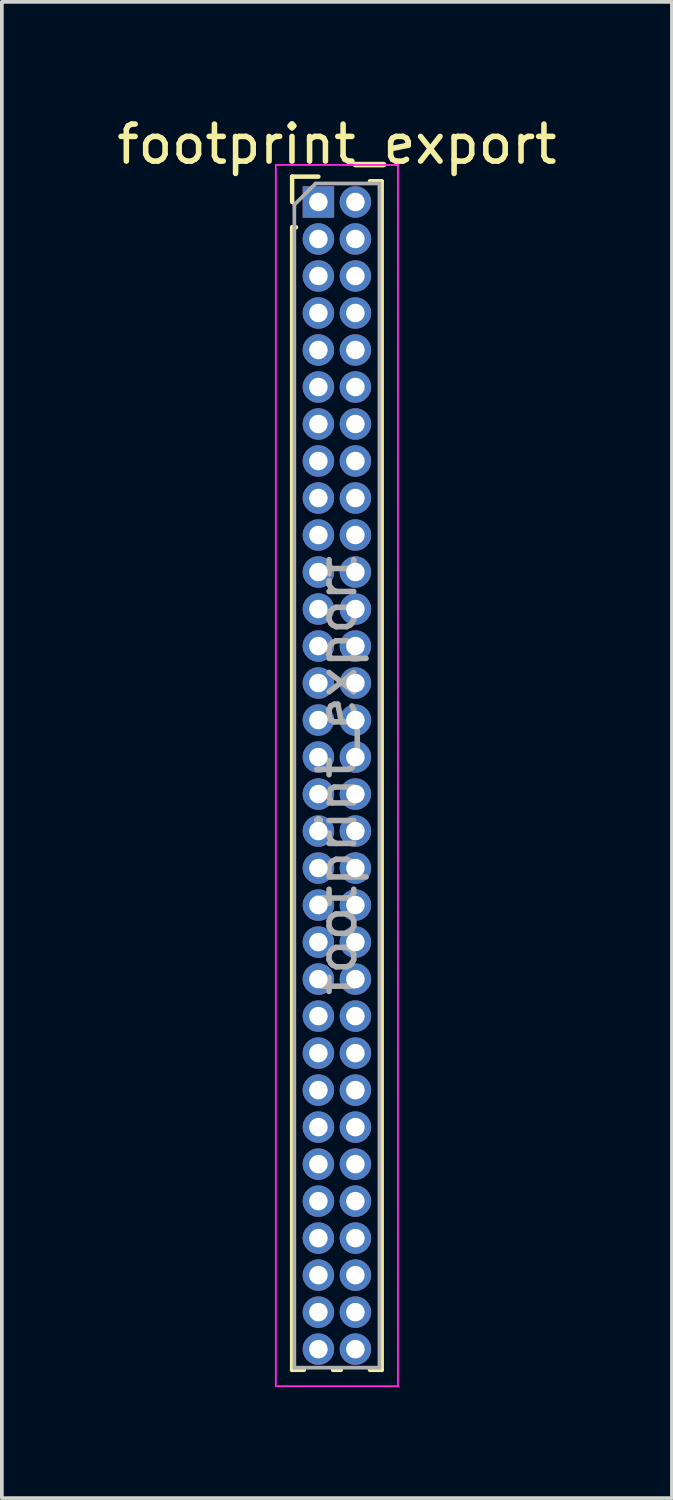
<source format=kicad_pcb>
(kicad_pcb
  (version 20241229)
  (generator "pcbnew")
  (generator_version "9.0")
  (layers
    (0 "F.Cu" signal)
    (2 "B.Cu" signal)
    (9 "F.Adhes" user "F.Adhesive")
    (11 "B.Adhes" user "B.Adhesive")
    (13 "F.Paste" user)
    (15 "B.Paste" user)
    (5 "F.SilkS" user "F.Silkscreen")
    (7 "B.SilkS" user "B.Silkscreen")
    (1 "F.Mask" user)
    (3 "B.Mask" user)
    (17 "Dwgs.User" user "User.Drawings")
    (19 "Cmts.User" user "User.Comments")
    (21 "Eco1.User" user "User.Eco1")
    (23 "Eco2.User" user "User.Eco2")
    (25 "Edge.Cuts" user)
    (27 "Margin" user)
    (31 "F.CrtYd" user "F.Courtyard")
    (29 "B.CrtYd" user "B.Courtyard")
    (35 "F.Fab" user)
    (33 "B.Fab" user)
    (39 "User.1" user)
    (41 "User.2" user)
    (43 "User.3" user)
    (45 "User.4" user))
  (footprint "footprint_export"
    (layer "F.Cu")
    (at 5.554 2.408)
    (property "Reference" "footprint_export" (at 0.5 -1.56 0) (layer "F.SilkS") (effects (font (size 1 1) (thickness 0.15))))
    (attr through_hole)
    (fp_line (start -0.71 -0.685) (end 0 -0.685) (stroke (width 0.12) (type solid)) (layer "F.SilkS"))
    (fp_line (start -0.71 0) (end -0.71 -0.685) (stroke (width 0.12) (type solid)) (layer "F.SilkS"))
    (fp_line (start -0.71 0.685) (end -0.71 31.56) (stroke (width 0.12) (type solid)) (layer "F.SilkS"))
    (fp_line (start -0.71 0.685) (end -0.608 0.685) (stroke (width 0.12) (type solid)) (layer "F.SilkS"))
    (fp_line (start -0.71 31.56) (end -0.394 31.56) (stroke (width 0.12) (type solid)) (layer "F.SilkS"))
    (fp_line (start 0.394 31.56) (end 0.606 31.56) (stroke (width 0.12) (type solid)) (layer "F.SilkS"))
    (fp_line (start 1.394 -0.56) (end 1.71 -0.56) (stroke (width 0.12) (type solid)) (layer "F.SilkS"))
    (fp_line (start 1.394 31.56) (end 1.71 31.56) (stroke (width 0.12) (type solid)) (layer "F.SilkS"))
    (fp_line (start 1.71 -0.56) (end 1.71 31.56) (stroke (width 0.12) (type solid)) (layer "F.SilkS"))
    (fp_line (start -1.15 -1) (end -1.15 32) (stroke (width 0.05) (type solid)) (layer "F.CrtYd"))
    (fp_line (start -1.15 32) (end 2.15 32) (stroke (width 0.05) (type solid)) (layer "F.CrtYd"))
    (fp_line (start 2.15 -1) (end -1.15 -1) (stroke (width 0.05) (type solid)) (layer "F.CrtYd"))
    (fp_line (start 2.15 32) (end 2.15 -1) (stroke (width 0.05) (type solid)) (layer "F.CrtYd"))
    (fp_line (start -0.65 0.075) (end -0.075 -0.5) (stroke (width 0.1) (type solid)) (layer "F.Fab"))
    (fp_line (start -0.65 31.5) (end -0.65 0.075) (stroke (width 0.1) (type solid)) (layer "F.Fab"))
    (fp_line (start -0.075 -0.5) (end 1.65 -0.5) (stroke (width 0.1) (type solid)) (layer "F.Fab"))
    (fp_line (start 1.65 -0.5) (end 1.65 31.5) (stroke (width 0.1) (type solid)) (layer "F.Fab"))
    (fp_line (start 1.65 31.5) (end -0.65 31.5) (stroke (width 0.1) (type solid)) (layer "F.Fab"))
    (fp_text user "${REFERENCE}" (at 0.5 15.5 90) (layer "F.Fab") (effects (font (size 1 1) (thickness 0.15))))
    (pad "1" thru_hole rect (at 0 0) (size 0.85 0.85) (drill 0.5) (layers "*.Cu" "*.Mask"))
    (pad "2" thru_hole oval (at 1 0) (size 0.85 0.85) (drill 0.5) (layers "*.Cu" "*.Mask"))
    (pad "3" thru_hole oval (at 0 1) (size 0.85 0.85) (drill 0.5) (layers "*.Cu" "*.Mask"))
    (pad "4" thru_hole oval (at 1 1) (size 0.85 0.85) (drill 0.5) (layers "*.Cu" "*.Mask"))
    (pad "5" thru_hole oval (at 0 2) (size 0.85 0.85) (drill 0.5) (layers "*.Cu" "*.Mask"))
    (pad "6" thru_hole oval (at 1 2) (size 0.85 0.85) (drill 0.5) (layers "*.Cu" "*.Mask"))
    (pad "7" thru_hole oval (at 0 3) (size 0.85 0.85) (drill 0.5) (layers "*.Cu" "*.Mask"))
    (pad "8" thru_hole oval (at 1 3) (size 0.85 0.85) (drill 0.5) (layers "*.Cu" "*.Mask"))
    (pad "9" thru_hole oval (at 0 4) (size 0.85 0.85) (drill 0.5) (layers "*.Cu" "*.Mask"))
    (pad "10" thru_hole oval (at 1 4) (size 0.85 0.85) (drill 0.5) (layers "*.Cu" "*.Mask"))
    (pad "11" thru_hole oval (at 0 5) (size 0.85 0.85) (drill 0.5) (layers "*.Cu" "*.Mask"))
    (pad "12" thru_hole oval (at 1 5) (size 0.85 0.85) (drill 0.5) (layers "*.Cu" "*.Mask"))
    (pad "13" thru_hole oval (at 0 6) (size 0.85 0.85) (drill 0.5) (layers "*.Cu" "*.Mask"))
    (pad "14" thru_hole oval (at 1 6) (size 0.85 0.85) (drill 0.5) (layers "*.Cu" "*.Mask"))
    (pad "15" thru_hole oval (at 0 7) (size 0.85 0.85) (drill 0.5) (layers "*.Cu" "*.Mask"))
    (pad "16" thru_hole oval (at 1 7) (size 0.85 0.85) (drill 0.5) (layers "*.Cu" "*.Mask"))
    (pad "17" thru_hole oval (at 0 8) (size 0.85 0.85) (drill 0.5) (layers "*.Cu" "*.Mask"))
    (pad "18" thru_hole oval (at 1 8) (size 0.85 0.85) (drill 0.5) (layers "*.Cu" "*.Mask"))
    (pad "19" thru_hole oval (at 0 9) (size 0.85 0.85) (drill 0.5) (layers "*.Cu" "*.Mask"))
    (pad "20" thru_hole oval (at 1 9) (size 0.85 0.85) (drill 0.5) (layers "*.Cu" "*.Mask"))
    (pad "21" thru_hole oval (at 0 10) (size 0.85 0.85) (drill 0.5) (layers "*.Cu" "*.Mask"))
    (pad "22" thru_hole oval (at 1 10) (size 0.85 0.85) (drill 0.5) (layers "*.Cu" "*.Mask"))
    (pad "23" thru_hole oval (at 0 11) (size 0.85 0.85) (drill 0.5) (layers "*.Cu" "*.Mask"))
    (pad "24" thru_hole oval (at 1 11) (size 0.85 0.85) (drill 0.5) (layers "*.Cu" "*.Mask"))
    (pad "25" thru_hole oval (at 0 12) (size 0.85 0.85) (drill 0.5) (layers "*.Cu" "*.Mask"))
    (pad "26" thru_hole oval (at 1 12) (size 0.85 0.85) (drill 0.5) (layers "*.Cu" "*.Mask"))
    (pad "27" thru_hole oval (at 0 13) (size 0.85 0.85) (drill 0.5) (layers "*.Cu" "*.Mask"))
    (pad "28" thru_hole oval (at 1 13) (size 0.85 0.85) (drill 0.5) (layers "*.Cu" "*.Mask"))
    (pad "29" thru_hole oval (at 0 14) (size 0.85 0.85) (drill 0.5) (layers "*.Cu" "*.Mask"))
    (pad "30" thru_hole oval (at 1 14) (size 0.85 0.85) (drill 0.5) (layers "*.Cu" "*.Mask"))
    (pad "31" thru_hole oval (at 0 15) (size 0.85 0.85) (drill 0.5) (layers "*.Cu" "*.Mask"))
    (pad "32" thru_hole oval (at 1 15) (size 0.85 0.85) (drill 0.5) (layers "*.Cu" "*.Mask"))
    (pad "33" thru_hole oval (at 0 16) (size 0.85 0.85) (drill 0.5) (layers "*.Cu" "*.Mask"))
    (pad "34" thru_hole oval (at 1 16) (size 0.85 0.85) (drill 0.5) (layers "*.Cu" "*.Mask"))
    (pad "35" thru_hole oval (at 0 17) (size 0.85 0.85) (drill 0.5) (layers "*.Cu" "*.Mask"))
    (pad "36" thru_hole oval (at 1 17) (size 0.85 0.85) (drill 0.5) (layers "*.Cu" "*.Mask"))
    (pad "37" thru_hole oval (at 0 18) (size 0.85 0.85) (drill 0.5) (layers "*.Cu" "*.Mask"))
    (pad "38" thru_hole oval (at 1 18) (size 0.85 0.85) (drill 0.5) (layers "*.Cu" "*.Mask"))
    (pad "39" thru_hole oval (at 0 19) (size 0.85 0.85) (drill 0.5) (layers "*.Cu" "*.Mask"))
    (pad "40" thru_hole oval (at 1 19) (size 0.85 0.85) (drill 0.5) (layers "*.Cu" "*.Mask"))
    (pad "41" thru_hole oval (at 0 20) (size 0.85 0.85) (drill 0.5) (layers "*.Cu" "*.Mask"))
    (pad "42" thru_hole oval (at 1 20) (size 0.85 0.85) (drill 0.5) (layers "*.Cu" "*.Mask"))
    (pad "43" thru_hole oval (at 0 21) (size 0.85 0.85) (drill 0.5) (layers "*.Cu" "*.Mask"))
    (pad "44" thru_hole oval (at 1 21) (size 0.85 0.85) (drill 0.5) (layers "*.Cu" "*.Mask"))
    (pad "45" thru_hole oval (at 0 22) (size 0.85 0.85) (drill 0.5) (layers "*.Cu" "*.Mask"))
    (pad "46" thru_hole oval (at 1 22) (size 0.85 0.85) (drill 0.5) (layers "*.Cu" "*.Mask"))
    (pad "47" thru_hole oval (at 0 23) (size 0.85 0.85) (drill 0.5) (layers "*.Cu" "*.Mask"))
    (pad "48" thru_hole oval (at 1 23) (size 0.85 0.85) (drill 0.5) (layers "*.Cu" "*.Mask"))
    (pad "49" thru_hole oval (at 0 24) (size 0.85 0.85) (drill 0.5) (layers "*.Cu" "*.Mask"))
    (pad "50" thru_hole oval (at 1 24) (size 0.85 0.85) (drill 0.5) (layers "*.Cu" "*.Mask"))
    (pad "51" thru_hole oval (at 0 25) (size 0.85 0.85) (drill 0.5) (layers "*.Cu" "*.Mask"))
    (pad "52" thru_hole oval (at 1 25) (size 0.85 0.85) (drill 0.5) (layers "*.Cu" "*.Mask"))
    (pad "53" thru_hole oval (at 0 26) (size 0.85 0.85) (drill 0.5) (layers "*.Cu" "*.Mask"))
    (pad "54" thru_hole oval (at 1 26) (size 0.85 0.85) (drill 0.5) (layers "*.Cu" "*.Mask"))
    (pad "55" thru_hole oval (at 0 27) (size 0.85 0.85) (drill 0.5) (layers "*.Cu" "*.Mask"))
    (pad "56" thru_hole oval (at 1 27) (size 0.85 0.85) (drill 0.5) (layers "*.Cu" "*.Mask"))
    (pad "57" thru_hole oval (at 0 28) (size 0.85 0.85) (drill 0.5) (layers "*.Cu" "*.Mask"))
    (pad "58" thru_hole oval (at 1 28) (size 0.85 0.85) (drill 0.5) (layers "*.Cu" "*.Mask"))
    (pad "59" thru_hole oval (at 0 29) (size 0.85 0.85) (drill 0.5) (layers "*.Cu" "*.Mask"))
    (pad "60" thru_hole oval (at 1 29) (size 0.85 0.85) (drill 0.5) (layers "*.Cu" "*.Mask"))
    (pad "61" thru_hole oval (at 0 30) (size 0.85 0.85) (drill 0.5) (layers "*.Cu" "*.Mask"))
    (pad "62" thru_hole oval (at 1 30) (size 0.85 0.85) (drill 0.5) (layers "*.Cu" "*.Mask"))
    (pad "63" thru_hole oval (at 0 31) (size 0.85 0.85) (drill 0.5) (layers "*.Cu" "*.Mask"))
    (pad "64" thru_hole oval (at 1 31) (size 0.85 0.85) (drill 0.5) (layers "*.Cu" "*.Mask")))
  (gr_rect
    (start -3 -3)
    (end 15.107 37.433)
    (stroke (width 0.1) (type default))
    (fill no)
    (layer "Edge.Cuts")))
</source>
